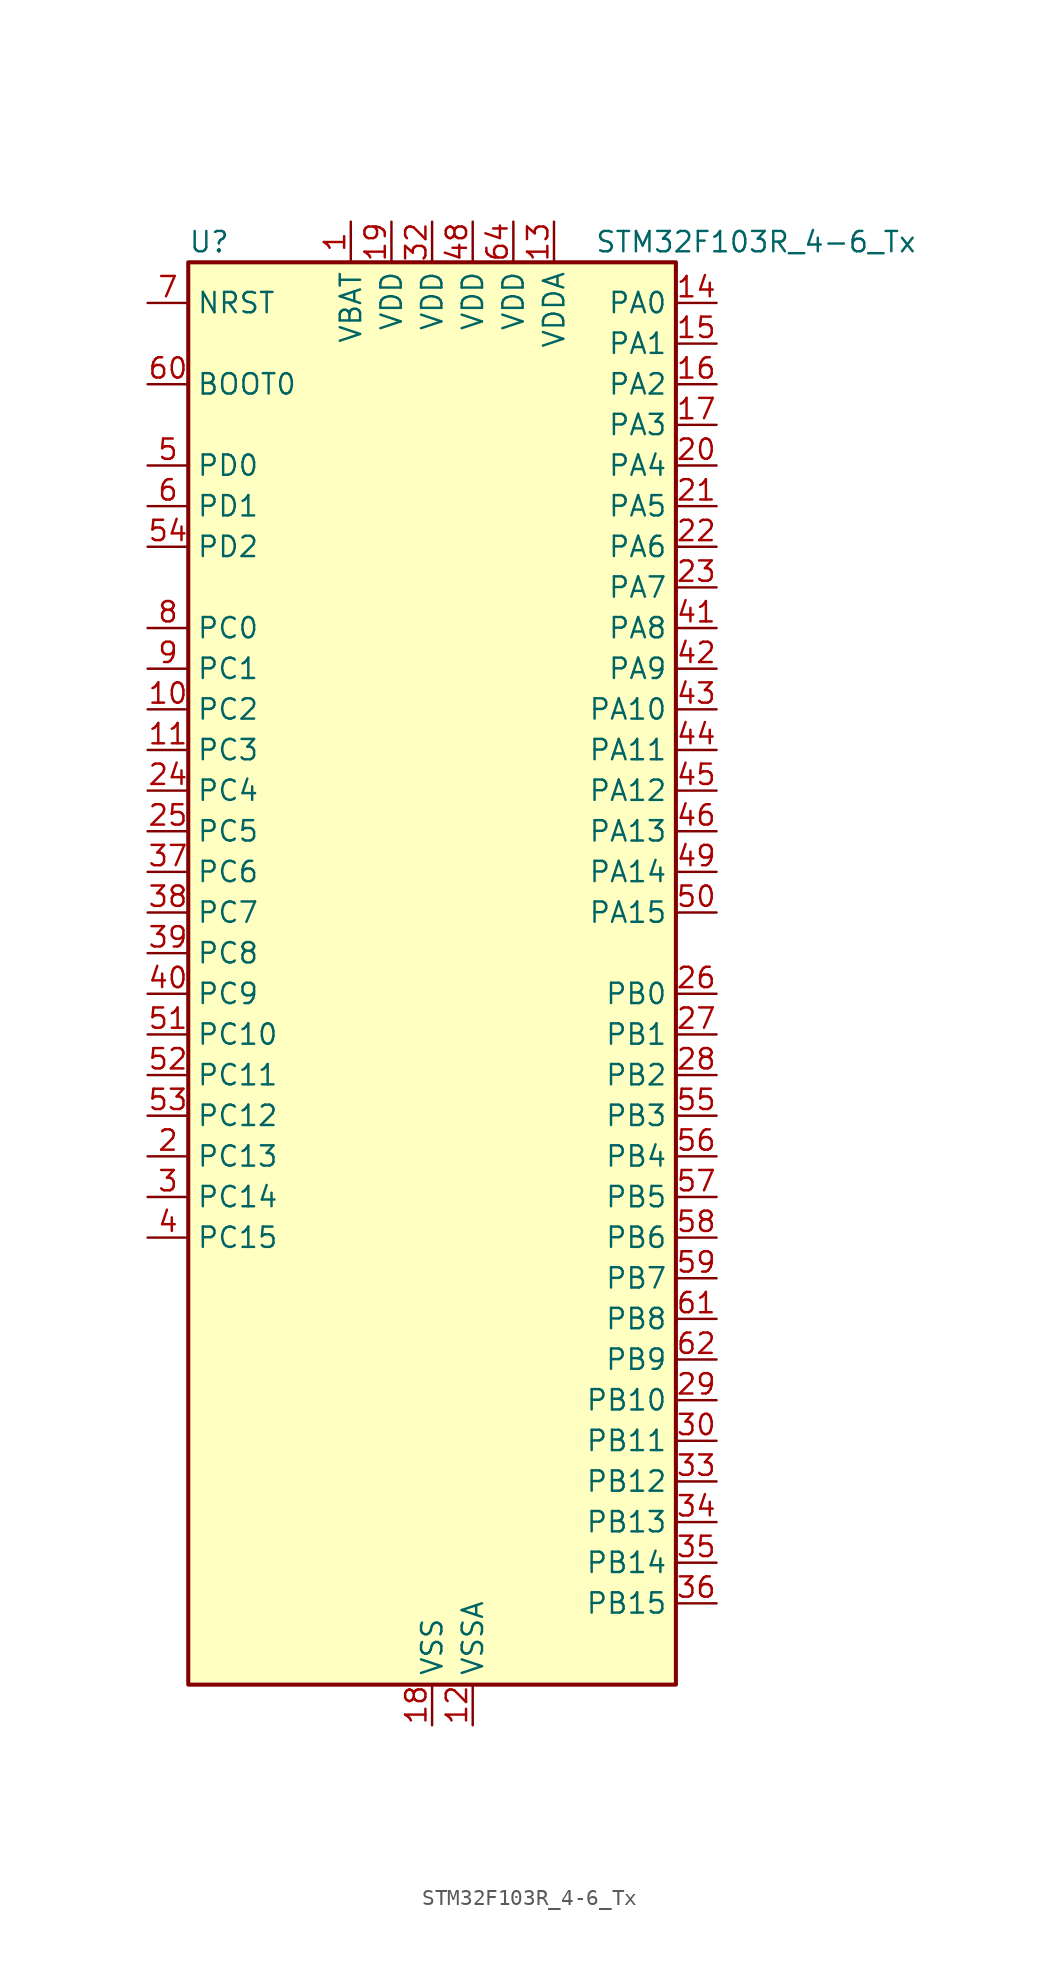
<source format=kicad_sym>
(kicad_symbol_lib
  (version 20220914)
  (generator kicad_symbol_editor)
  (symbol "STM32F103R_4-6_Tx"
    (property "Reference" "U"
      (at -15.24 46.99 0)
      (effects (font (size 1.27 1.27)) (justify left)))
    (property "Value" "STM32F103R_4-6_Tx"
      (at 10.16 46.99 0)
      (effects (font (size 1.27 1.27)) (justify left)))
    (property "ki_locked" ""
      (at 0 0 0)
      (effects (font (size 1.27 1.27))))
    (symbol "STM32F103R_4-6_Tx_0_1"
      (rectangle (start -15.24 -43.18) (end 15.24 45.72) (stroke (width 0.254) (type default)) (fill (type background))))
    (symbol "STM32F103R_4-6_Tx_1_1"
      (pin power_in line (at -5.08 48.26 270) (length 2.54) (name "VBAT" (effects (font (size 1.27 1.27)))) (number "1" (effects (font (size 1.27 1.27)))))
      (pin bidirectional line (at -17.78 17.78 0) (length 2.54) (name "PC2" (effects (font (size 1.27 1.27)))) (number "10" (effects (font (size 1.27 1.27)))) (alternate "ADC1_IN12" bidirectional line) (alternate "ADC2_IN12" bidirectional line))
      (pin bidirectional line (at -17.78 15.24 0) (length 2.54) (name "PC3" (effects (font (size 1.27 1.27)))) (number "11" (effects (font (size 1.27 1.27)))) (alternate "ADC1_IN13" bidirectional line) (alternate "ADC2_IN13" bidirectional line))
      (pin power_in line (at 2.54 -45.72 90) (length 2.54) (name "VSSA" (effects (font (size 1.27 1.27)))) (number "12" (effects (font (size 1.27 1.27)))))
      (pin power_in line (at 7.62 48.26 270) (length 2.54) (name "VDDA" (effects (font (size 1.27 1.27)))) (number "13" (effects (font (size 1.27 1.27)))))
      (pin bidirectional line (at 17.78 43.18 180) (length 2.54) (name "PA0" (effects (font (size 1.27 1.27)))) (number "14" (effects (font (size 1.27 1.27)))) (alternate "ADC1_IN0" bidirectional line) (alternate "ADC2_IN0" bidirectional line) (alternate "SYS_WKUP" bidirectional line) (alternate "TIM2_CH1" bidirectional line) (alternate "TIM2_ETR" bidirectional line) (alternate "USART2_CTS" bidirectional line))
      (pin bidirectional line (at 17.78 40.64 180) (length 2.54) (name "PA1" (effects (font (size 1.27 1.27)))) (number "15" (effects (font (size 1.27 1.27)))) (alternate "ADC1_IN1" bidirectional line) (alternate "ADC2_IN1" bidirectional line) (alternate "TIM2_CH2" bidirectional line) (alternate "USART2_RTS" bidirectional line))
      (pin bidirectional line (at 17.78 38.1 180) (length 2.54) (name "PA2" (effects (font (size 1.27 1.27)))) (number "16" (effects (font (size 1.27 1.27)))) (alternate "ADC1_IN2" bidirectional line) (alternate "ADC2_IN2" bidirectional line) (alternate "TIM2_CH3" bidirectional line) (alternate "USART2_TX" bidirectional line))
      (pin bidirectional line (at 17.78 35.56 180) (length 2.54) (name "PA3" (effects (font (size 1.27 1.27)))) (number "17" (effects (font (size 1.27 1.27)))) (alternate "ADC1_IN3" bidirectional line) (alternate "ADC2_IN3" bidirectional line) (alternate "TIM2_CH4" bidirectional line) (alternate "USART2_RX" bidirectional line))
      (pin power_in line (at 0 -45.72 90) (length 2.54) (name "VSS" (effects (font (size 1.27 1.27)))) (number "18" (effects (font (size 1.27 1.27)))))
      (pin power_in line (at -2.54 48.26 270) (length 2.54) (name "VDD" (effects (font (size 1.27 1.27)))) (number "19" (effects (font (size 1.27 1.27)))))
      (pin bidirectional line (at -17.78 -10.16 0) (length 2.54) (name "PC13" (effects (font (size 1.27 1.27)))) (number "2" (effects (font (size 1.27 1.27)))) (alternate "RTC_OUT" bidirectional line) (alternate "RTC_TAMPER" bidirectional line))
      (pin bidirectional line (at 17.78 33.02 180) (length 2.54) (name "PA4" (effects (font (size 1.27 1.27)))) (number "20" (effects (font (size 1.27 1.27)))) (alternate "ADC1_IN4" bidirectional line) (alternate "ADC2_IN4" bidirectional line) (alternate "SPI1_NSS" bidirectional line) (alternate "USART2_CK" bidirectional line))
      (pin bidirectional line (at 17.78 30.48 180) (length 2.54) (name "PA5" (effects (font (size 1.27 1.27)))) (number "21" (effects (font (size 1.27 1.27)))) (alternate "ADC1_IN5" bidirectional line) (alternate "ADC2_IN5" bidirectional line) (alternate "SPI1_SCK" bidirectional line))
      (pin bidirectional line (at 17.78 27.94 180) (length 2.54) (name "PA6" (effects (font (size 1.27 1.27)))) (number "22" (effects (font (size 1.27 1.27)))) (alternate "ADC1_IN6" bidirectional line) (alternate "ADC2_IN6" bidirectional line) (alternate "SPI1_MISO" bidirectional line) (alternate "TIM1_BKIN" bidirectional line) (alternate "TIM3_CH1" bidirectional line))
      (pin bidirectional line (at 17.78 25.4 180) (length 2.54) (name "PA7" (effects (font (size 1.27 1.27)))) (number "23" (effects (font (size 1.27 1.27)))) (alternate "ADC1_IN7" bidirectional line) (alternate "ADC2_IN7" bidirectional line) (alternate "SPI1_MOSI" bidirectional line) (alternate "TIM1_CH1N" bidirectional line) (alternate "TIM3_CH2" bidirectional line))
      (pin bidirectional line (at -17.78 12.7 0) (length 2.54) (name "PC4" (effects (font (size 1.27 1.27)))) (number "24" (effects (font (size 1.27 1.27)))) (alternate "ADC1_IN14" bidirectional line) (alternate "ADC2_IN14" bidirectional line))
      (pin bidirectional line (at -17.78 10.16 0) (length 2.54) (name "PC5" (effects (font (size 1.27 1.27)))) (number "25" (effects (font (size 1.27 1.27)))) (alternate "ADC1_IN15" bidirectional line) (alternate "ADC2_IN15" bidirectional line))
      (pin bidirectional line (at 17.78 0 180) (length 2.54) (name "PB0" (effects (font (size 1.27 1.27)))) (number "26" (effects (font (size 1.27 1.27)))) (alternate "ADC1_IN8" bidirectional line) (alternate "ADC2_IN8" bidirectional line) (alternate "TIM1_CH2N" bidirectional line) (alternate "TIM3_CH3" bidirectional line))
      (pin bidirectional line (at 17.78 -2.54 180) (length 2.54) (name "PB1" (effects (font (size 1.27 1.27)))) (number "27" (effects (font (size 1.27 1.27)))) (alternate "ADC1_IN9" bidirectional line) (alternate "ADC2_IN9" bidirectional line) (alternate "TIM1_CH3N" bidirectional line) (alternate "TIM3_CH4" bidirectional line))
      (pin bidirectional line (at 17.78 -5.08 180) (length 2.54) (name "PB2" (effects (font (size 1.27 1.27)))) (number "28" (effects (font (size 1.27 1.27)))))
      (pin bidirectional line (at 17.78 -25.4 180) (length 2.54) (name "PB10" (effects (font (size 1.27 1.27)))) (number "29" (effects (font (size 1.27 1.27)))) (alternate "TIM2_CH3" bidirectional line))
      (pin bidirectional line (at -17.78 -12.7 0) (length 2.54) (name "PC14" (effects (font (size 1.27 1.27)))) (number "3" (effects (font (size 1.27 1.27)))) (alternate "RCC_OSC32_IN" bidirectional line))
      (pin bidirectional line (at 17.78 -27.94 180) (length 2.54) (name "PB11" (effects (font (size 1.27 1.27)))) (number "30" (effects (font (size 1.27 1.27)))) (alternate "ADC1_EXTI11" bidirectional line) (alternate "ADC2_EXTI11" bidirectional line) (alternate "TIM2_CH4" bidirectional line))
      (pin passive line (at 0 -45.72 90) (length 2.54) hide (name "VSS" (effects (font (size 1.27 1.27)))) (number "31" (effects (font (size 1.27 1.27)))))
      (pin power_in line (at 0 48.26 270) (length 2.54) (name "VDD" (effects (font (size 1.27 1.27)))) (number "32" (effects (font (size 1.27 1.27)))))
      (pin bidirectional line (at 17.78 -30.48 180) (length 2.54) (name "PB12" (effects (font (size 1.27 1.27)))) (number "33" (effects (font (size 1.27 1.27)))) (alternate "TIM1_BKIN" bidirectional line))
      (pin bidirectional line (at 17.78 -33.02 180) (length 2.54) (name "PB13" (effects (font (size 1.27 1.27)))) (number "34" (effects (font (size 1.27 1.27)))) (alternate "TIM1_CH1N" bidirectional line))
      (pin bidirectional line (at 17.78 -35.56 180) (length 2.54) (name "PB14" (effects (font (size 1.27 1.27)))) (number "35" (effects (font (size 1.27 1.27)))) (alternate "TIM1_CH2N" bidirectional line))
      (pin bidirectional line (at 17.78 -38.1 180) (length 2.54) (name "PB15" (effects (font (size 1.27 1.27)))) (number "36" (effects (font (size 1.27 1.27)))) (alternate "ADC1_EXTI15" bidirectional line) (alternate "ADC2_EXTI15" bidirectional line) (alternate "TIM1_CH3N" bidirectional line))
      (pin bidirectional line (at -17.78 7.62 0) (length 2.54) (name "PC6" (effects (font (size 1.27 1.27)))) (number "37" (effects (font (size 1.27 1.27)))) (alternate "TIM3_CH1" bidirectional line))
      (pin bidirectional line (at -17.78 5.08 0) (length 2.54) (name "PC7" (effects (font (size 1.27 1.27)))) (number "38" (effects (font (size 1.27 1.27)))) (alternate "TIM3_CH2" bidirectional line))
      (pin bidirectional line (at -17.78 2.54 0) (length 2.54) (name "PC8" (effects (font (size 1.27 1.27)))) (number "39" (effects (font (size 1.27 1.27)))) (alternate "TIM3_CH3" bidirectional line))
      (pin bidirectional line (at -17.78 -15.24 0) (length 2.54) (name "PC15" (effects (font (size 1.27 1.27)))) (number "4" (effects (font (size 1.27 1.27)))) (alternate "ADC1_EXTI15" bidirectional line) (alternate "ADC2_EXTI15" bidirectional line) (alternate "RCC_OSC32_OUT" bidirectional line))
      (pin bidirectional line (at -17.78 0 0) (length 2.54) (name "PC9" (effects (font (size 1.27 1.27)))) (number "40" (effects (font (size 1.27 1.27)))) (alternate "TIM3_CH4" bidirectional line))
      (pin bidirectional line (at 17.78 22.86 180) (length 2.54) (name "PA8" (effects (font (size 1.27 1.27)))) (number "41" (effects (font (size 1.27 1.27)))) (alternate "RCC_MCO" bidirectional line) (alternate "TIM1_CH1" bidirectional line) (alternate "USART1_CK" bidirectional line))
      (pin bidirectional line (at 17.78 20.32 180) (length 2.54) (name "PA9" (effects (font (size 1.27 1.27)))) (number "42" (effects (font (size 1.27 1.27)))) (alternate "TIM1_CH2" bidirectional line) (alternate "USART1_TX" bidirectional line))
      (pin bidirectional line (at 17.78 17.78 180) (length 2.54) (name "PA10" (effects (font (size 1.27 1.27)))) (number "43" (effects (font (size 1.27 1.27)))) (alternate "TIM1_CH3" bidirectional line) (alternate "USART1_RX" bidirectional line))
      (pin bidirectional line (at 17.78 15.24 180) (length 2.54) (name "PA11" (effects (font (size 1.27 1.27)))) (number "44" (effects (font (size 1.27 1.27)))) (alternate "ADC1_EXTI11" bidirectional line) (alternate "ADC2_EXTI11" bidirectional line) (alternate "CAN_RX" bidirectional line) (alternate "TIM1_CH4" bidirectional line) (alternate "USART1_CTS" bidirectional line) (alternate "USB_DM" bidirectional line))
      (pin bidirectional line (at 17.78 12.7 180) (length 2.54) (name "PA12" (effects (font (size 1.27 1.27)))) (number "45" (effects (font (size 1.27 1.27)))) (alternate "CAN_TX" bidirectional line) (alternate "TIM1_ETR" bidirectional line) (alternate "USART1_RTS" bidirectional line) (alternate "USB_DP" bidirectional line))
      (pin bidirectional line (at 17.78 10.16 180) (length 2.54) (name "PA13" (effects (font (size 1.27 1.27)))) (number "46" (effects (font (size 1.27 1.27)))) (alternate "SYS_JTMS-SWDIO" bidirectional line))
      (pin passive line (at 0 -45.72 90) (length 2.54) hide (name "VSS" (effects (font (size 1.27 1.27)))) (number "47" (effects (font (size 1.27 1.27)))))
      (pin power_in line (at 2.54 48.26 270) (length 2.54) (name "VDD" (effects (font (size 1.27 1.27)))) (number "48" (effects (font (size 1.27 1.27)))))
      (pin bidirectional line (at 17.78 7.62 180) (length 2.54) (name "PA14" (effects (font (size 1.27 1.27)))) (number "49" (effects (font (size 1.27 1.27)))) (alternate "SYS_JTCK-SWCLK" bidirectional line))
      (pin bidirectional line (at -17.78 33.02 0) (length 2.54) (name "PD0" (effects (font (size 1.27 1.27)))) (number "5" (effects (font (size 1.27 1.27)))) (alternate "RCC_OSC_IN" bidirectional line))
      (pin bidirectional line (at 17.78 5.08 180) (length 2.54) (name "PA15" (effects (font (size 1.27 1.27)))) (number "50" (effects (font (size 1.27 1.27)))) (alternate "ADC1_EXTI15" bidirectional line) (alternate "ADC2_EXTI15" bidirectional line) (alternate "SPI1_NSS" bidirectional line) (alternate "SYS_JTDI" bidirectional line) (alternate "TIM2_CH1" bidirectional line) (alternate "TIM2_ETR" bidirectional line))
      (pin bidirectional line (at -17.78 -2.54 0) (length 2.54) (name "PC10" (effects (font (size 1.27 1.27)))) (number "51" (effects (font (size 1.27 1.27)))))
      (pin bidirectional line (at -17.78 -5.08 0) (length 2.54) (name "PC11" (effects (font (size 1.27 1.27)))) (number "52" (effects (font (size 1.27 1.27)))) (alternate "ADC1_EXTI11" bidirectional line) (alternate "ADC2_EXTI11" bidirectional line))
      (pin bidirectional line (at -17.78 -7.62 0) (length 2.54) (name "PC12" (effects (font (size 1.27 1.27)))) (number "53" (effects (font (size 1.27 1.27)))))
      (pin bidirectional line (at -17.78 27.94 0) (length 2.54) (name "PD2" (effects (font (size 1.27 1.27)))) (number "54" (effects (font (size 1.27 1.27)))) (alternate "TIM3_ETR" bidirectional line))
      (pin bidirectional line (at 17.78 -7.62 180) (length 2.54) (name "PB3" (effects (font (size 1.27 1.27)))) (number "55" (effects (font (size 1.27 1.27)))) (alternate "SPI1_SCK" bidirectional line) (alternate "SYS_JTDO-TRACESWO" bidirectional line) (alternate "TIM2_CH2" bidirectional line))
      (pin bidirectional line (at 17.78 -10.16 180) (length 2.54) (name "PB4" (effects (font (size 1.27 1.27)))) (number "56" (effects (font (size 1.27 1.27)))) (alternate "SPI1_MISO" bidirectional line) (alternate "SYS_NJTRST" bidirectional line) (alternate "TIM3_CH1" bidirectional line))
      (pin bidirectional line (at 17.78 -12.7 180) (length 2.54) (name "PB5" (effects (font (size 1.27 1.27)))) (number "57" (effects (font (size 1.27 1.27)))) (alternate "I2C1_SMBA" bidirectional line) (alternate "SPI1_MOSI" bidirectional line) (alternate "TIM3_CH2" bidirectional line))
      (pin bidirectional line (at 17.78 -15.24 180) (length 2.54) (name "PB6" (effects (font (size 1.27 1.27)))) (number "58" (effects (font (size 1.27 1.27)))) (alternate "I2C1_SCL" bidirectional line) (alternate "USART1_TX" bidirectional line))
      (pin bidirectional line (at 17.78 -17.78 180) (length 2.54) (name "PB7" (effects (font (size 1.27 1.27)))) (number "59" (effects (font (size 1.27 1.27)))) (alternate "I2C1_SDA" bidirectional line) (alternate "USART1_RX" bidirectional line))
      (pin bidirectional line (at -17.78 30.48 0) (length 2.54) (name "PD1" (effects (font (size 1.27 1.27)))) (number "6" (effects (font (size 1.27 1.27)))) (alternate "RCC_OSC_OUT" bidirectional line))
      (pin input line (at -17.78 38.1 0) (length 2.54) (name "BOOT0" (effects (font (size 1.27 1.27)))) (number "60" (effects (font (size 1.27 1.27)))))
      (pin bidirectional line (at 17.78 -20.32 180) (length 2.54) (name "PB8" (effects (font (size 1.27 1.27)))) (number "61" (effects (font (size 1.27 1.27)))) (alternate "CAN_RX" bidirectional line) (alternate "I2C1_SCL" bidirectional line))
      (pin bidirectional line (at 17.78 -22.86 180) (length 2.54) (name "PB9" (effects (font (size 1.27 1.27)))) (number "62" (effects (font (size 1.27 1.27)))) (alternate "CAN_TX" bidirectional line) (alternate "I2C1_SDA" bidirectional line))
      (pin passive line (at 0 -45.72 90) (length 2.54) hide (name "VSS" (effects (font (size 1.27 1.27)))) (number "63" (effects (font (size 1.27 1.27)))))
      (pin power_in line (at 5.08 48.26 270) (length 2.54) (name "VDD" (effects (font (size 1.27 1.27)))) (number "64" (effects (font (size 1.27 1.27)))))
      (pin input line (at -17.78 43.18 0) (length 2.54) (name "NRST" (effects (font (size 1.27 1.27)))) (number "7" (effects (font (size 1.27 1.27)))))
      (pin bidirectional line (at -17.78 22.86 0) (length 2.54) (name "PC0" (effects (font (size 1.27 1.27)))) (number "8" (effects (font (size 1.27 1.27)))) (alternate "ADC1_IN10" bidirectional line) (alternate "ADC2_IN10" bidirectional line))
      (pin bidirectional line (at -17.78 20.32 0) (length 2.54) (name "PC1" (effects (font (size 1.27 1.27)))) (number "9" (effects (font (size 1.27 1.27)))) (alternate "ADC1_IN11" bidirectional line) (alternate "ADC2_IN11" bidirectional line)))))
</source>
